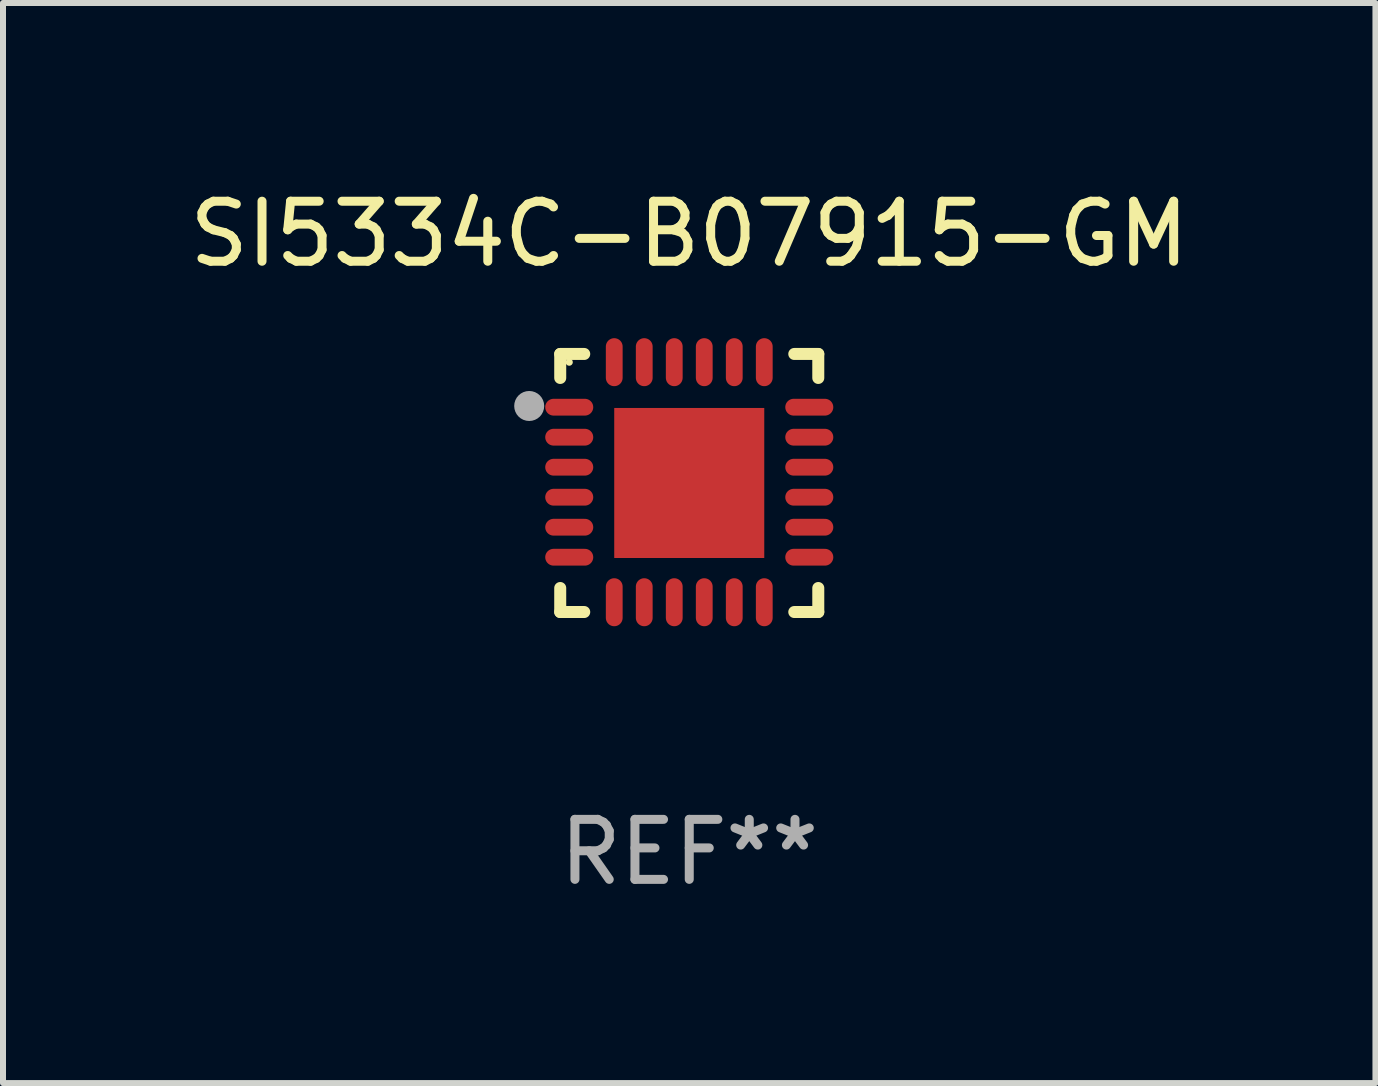
<source format=kicad_pcb>
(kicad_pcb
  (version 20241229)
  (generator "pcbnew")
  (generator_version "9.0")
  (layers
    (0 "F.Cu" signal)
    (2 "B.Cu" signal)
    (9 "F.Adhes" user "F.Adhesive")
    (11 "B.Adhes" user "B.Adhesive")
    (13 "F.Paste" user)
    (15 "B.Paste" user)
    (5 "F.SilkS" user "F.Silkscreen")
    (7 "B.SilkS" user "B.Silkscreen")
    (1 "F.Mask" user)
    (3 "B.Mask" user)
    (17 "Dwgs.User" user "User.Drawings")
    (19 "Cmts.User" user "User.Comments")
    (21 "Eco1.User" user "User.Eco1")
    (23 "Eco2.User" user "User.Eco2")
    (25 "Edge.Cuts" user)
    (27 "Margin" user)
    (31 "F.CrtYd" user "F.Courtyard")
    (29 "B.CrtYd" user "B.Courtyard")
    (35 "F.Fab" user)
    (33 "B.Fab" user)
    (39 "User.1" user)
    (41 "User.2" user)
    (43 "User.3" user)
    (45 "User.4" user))
  (footprint "SI5334C-B07915-GM"
    (layer "F.Cu")
    (at 8.435 4.998)
    (property "Reference" "SI5334C-B07915-GM" (at 0 -4.15 0) (layer "F.SilkS") (effects (font (size 1 1) (thickness 0.15))))
    (attr through_hole)
    (fp_line (start -2.15 -2.15) (end -1.75 -2.15) (stroke (width 0.2) (type solid)) (layer "F.SilkS"))
    (fp_line (start -2.15 -1.75) (end -2.15 -2.15) (stroke (width 0.2) (type solid)) (layer "F.SilkS"))
    (fp_line (start -2.15 2.15) (end -2.15 1.75) (stroke (width 0.2) (type solid)) (layer "F.SilkS"))
    (fp_line (start -1.75 2.15) (end -2.15 2.15) (stroke (width 0.2) (type solid)) (layer "F.SilkS"))
    (fp_line (start 1.75 -2.15) (end 2.15 -2.15) (stroke (width 0.2) (type solid)) (layer "F.SilkS"))
    (fp_line (start 1.75 2.15) (end 2.15 2.15) (stroke (width 0.2) (type solid)) (layer "F.SilkS"))
    (fp_line (start 2.15 -2.15) (end 2.15 -1.75) (stroke (width 0.2) (type solid)) (layer "F.SilkS"))
    (fp_line (start 2.15 2.15) (end 2.15 1.75) (stroke (width 0.2) (type solid)) (layer "F.SilkS"))
    (fp_circle (center -2 -2.013) (end -1.97 -2.013) (stroke (width 0.06) (type solid)) (fill no) (layer "F.SilkS"))
    (fp_circle (center -2.667 -1.283) (end -2.542 -1.283) (stroke (width 0.25) (type solid)) (fill no) (layer "F.Fab"))
    (fp_text user "REF**" (at 0 6.15 0) (layer "F.Fab") (effects (font (size 1 1) (thickness 0.15))))
    (pad "1" smd oval (at -2 -1.263) (size 0.8 0.28) (layers "F.Cu" "F.Mask" "F.Paste"))
    (pad "2" smd oval (at -2 -0.763) (size 0.8 0.28) (layers "F.Cu" "F.Mask" "F.Paste"))
    (pad "3" smd oval (at -2 -0.263) (size 0.8 0.28) (layers "F.Cu" "F.Mask" "F.Paste"))
    (pad "4" smd oval (at -2 0.237) (size 0.8 0.28) (layers "F.Cu" "F.Mask" "F.Paste"))
    (pad "5" smd oval (at -2 0.737) (size 0.8 0.28) (layers "F.Cu" "F.Mask" "F.Paste"))
    (pad "6" smd oval (at -2 1.237) (size 0.8 0.28) (layers "F.Cu" "F.Mask" "F.Paste"))
    (pad "7" smd oval (at -1.25 1.987) (size 0.28 0.8) (layers "F.Cu" "F.Mask" "F.Paste"))
    (pad "8" smd oval (at -0.75 1.987) (size 0.28 0.8) (layers "F.Cu" "F.Mask" "F.Paste"))
    (pad "9" smd oval (at -0.25 1.987) (size 0.28 0.8) (layers "F.Cu" "F.Mask" "F.Paste"))
    (pad "10" smd oval (at 0.25 1.987) (size 0.28 0.8) (layers "F.Cu" "F.Mask" "F.Paste"))
    (pad "11" smd oval (at 0.75 1.987) (size 0.28 0.8) (layers "F.Cu" "F.Mask" "F.Paste"))
    (pad "12" smd oval (at 1.25 1.987) (size 0.28 0.8) (layers "F.Cu" "F.Mask" "F.Paste"))
    (pad "13" smd oval (at 2 1.237) (size 0.8 0.28) (layers "F.Cu" "F.Mask" "F.Paste"))
    (pad "14" smd oval (at 2 0.737) (size 0.8 0.28) (layers "F.Cu" "F.Mask" "F.Paste"))
    (pad "15" smd oval (at 2 0.237) (size 0.8 0.28) (layers "F.Cu" "F.Mask" "F.Paste"))
    (pad "16" smd oval (at 2 -0.263) (size 0.8 0.28) (layers "F.Cu" "F.Mask" "F.Paste"))
    (pad "17" smd oval (at 2 -0.763) (size 0.8 0.28) (layers "F.Cu" "F.Mask" "F.Paste"))
    (pad "18" smd oval (at 2 -1.263) (size 0.8 0.28) (layers "F.Cu" "F.Mask" "F.Paste"))
    (pad "19" smd oval (at 1.25 -2.013) (size 0.28 0.8) (layers "F.Cu" "F.Mask" "F.Paste"))
    (pad "20" smd oval (at 0.75 -2.013) (size 0.28 0.8) (layers "F.Cu" "F.Mask" "F.Paste"))
    (pad "21" smd oval (at 0.25 -2.013) (size 0.28 0.8) (layers "F.Cu" "F.Mask" "F.Paste"))
    (pad "22" smd oval (at -0.25 -2.013) (size 0.28 0.8) (layers "F.Cu" "F.Mask" "F.Paste"))
    (pad "23" smd oval (at -0.75 -2.013) (size 0.28 0.8) (layers "F.Cu" "F.Mask" "F.Paste"))
    (pad "24" smd oval (at -1.25 -2.013) (size 0.28 0.8) (layers "F.Cu" "F.Mask" "F.Paste"))
    (pad "25" smd rect (at -0.000127 -0.00014) (size 2.5 2.5) (layers "F.Cu" "F.Mask" "F.Paste")))
  (gr_rect
    (start -3 -3)
    (end 19.869 14.997)
    (stroke (width 0.1) (type default))
    (fill no)
    (layer "Edge.Cuts")))
</source>
